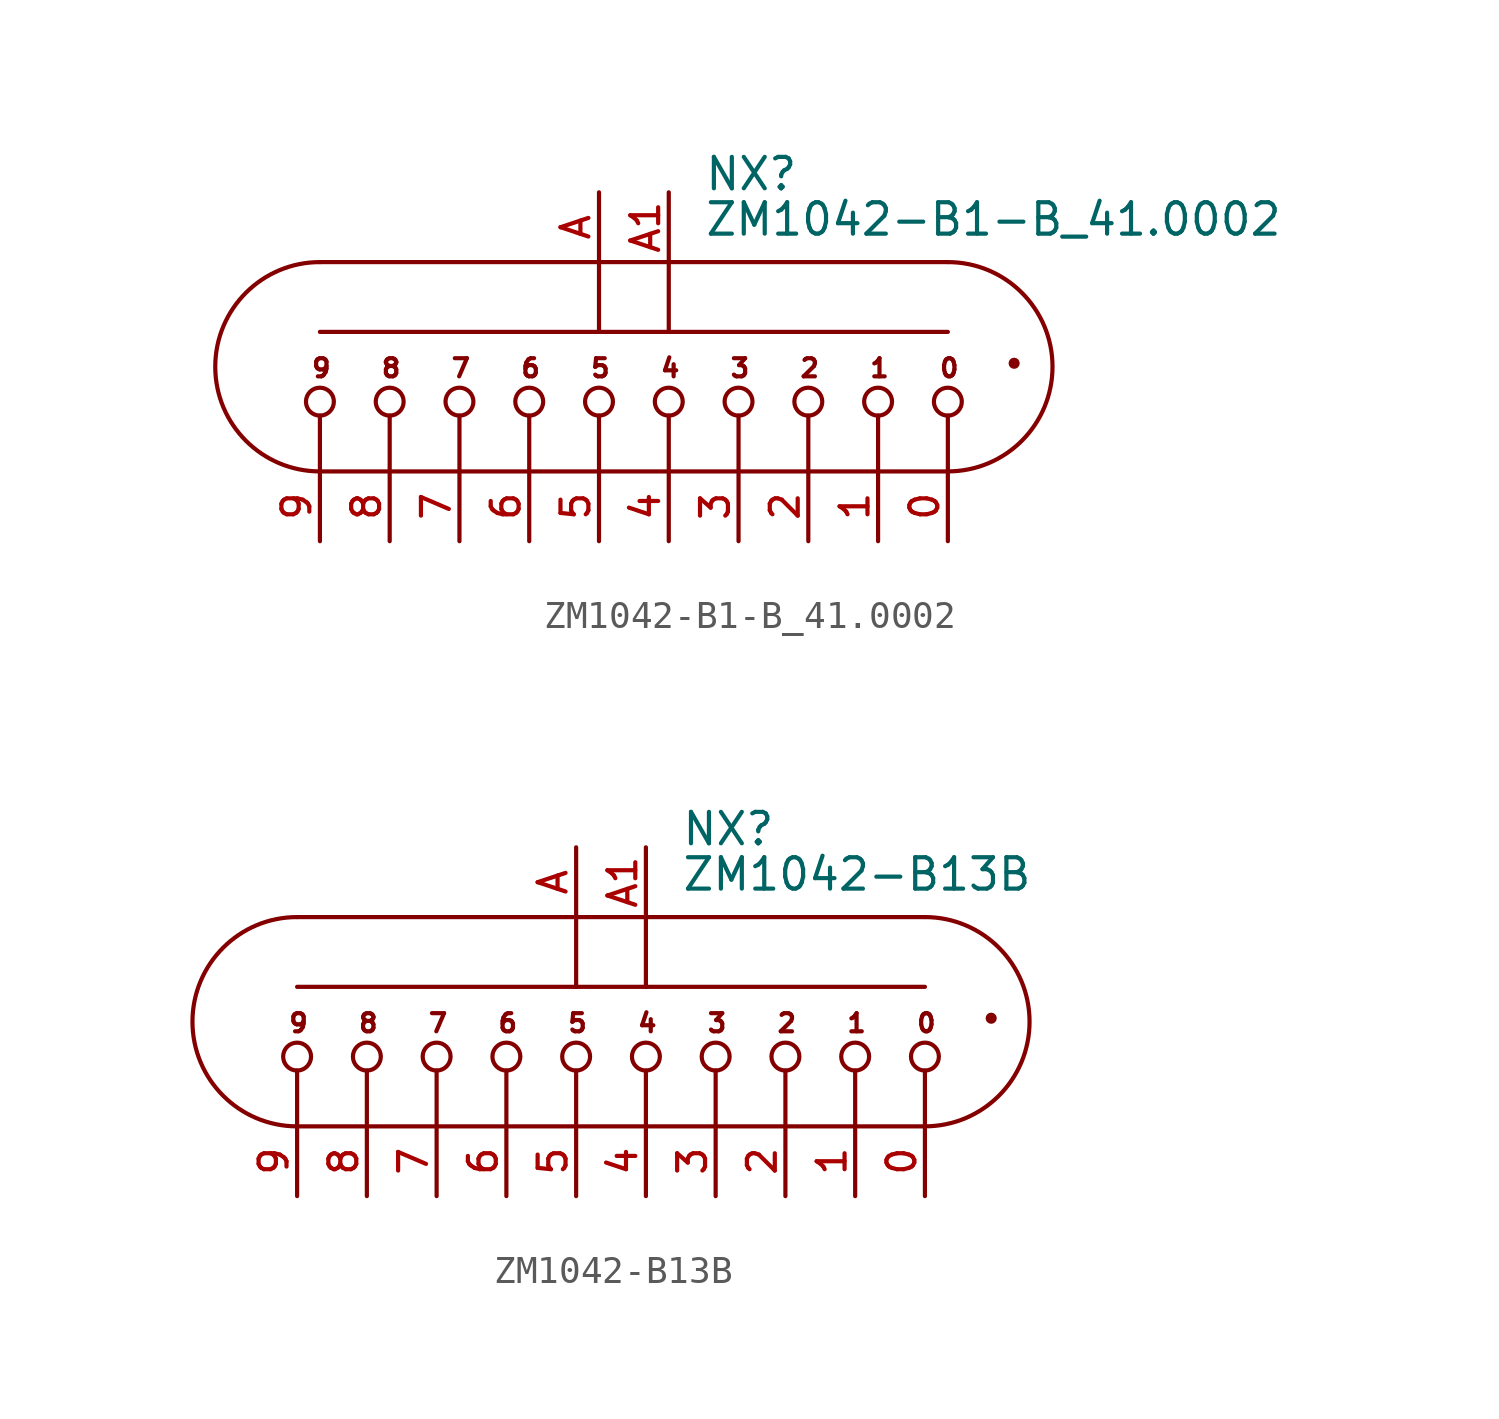
<source format=kicad_sym>
(kicad_symbol_lib
  (version 20211014)
  (generator kicad_symbol_editor)
  (symbol "ZM1042-B1-B_41.0002"
    (pin_names
      (offset 1.016) hide)
    (property "Reference" "NX"
      (at 3.81 5.08 0)
      (effects (font (size 1.143 1.143)) (justify left bottom)))
    (property "Value" "ZM1042-B1-B_41.0002"
      (at 3.81 3.429 0)
      (effects (font (size 1.143 1.143)) (justify left bottom)))
    (property "ki_locked" ""
      (at 0 0 0)
      (effects (font (size 1.27 1.27))))
    (symbol "ZM1042-B1-B_41.0002_1_0"
      (polyline (pts (xy -10.16 -5.08) (xy -10.16 -3.048)) (stroke (width 0) (type default) (color 0 0 0 0)) (fill (type none)))
      (polyline (pts (xy -10.16 -5.08) (xy -7.62 -5.08)) (stroke (width 0) (type default) (color 0 0 0 0)) (fill (type none)))
      (polyline (pts (xy -10.16 0) (xy 0 0)) (stroke (width 0) (type default) (color 0 0 0 0)) (fill (type none)))
      (polyline (pts (xy -10.16 2.54) (xy 0 2.54)) (stroke (width 0) (type default) (color 0 0 0 0)) (fill (type none)))
      (polyline (pts (xy -7.62 -5.08) (xy -7.62 -3.048)) (stroke (width 0) (type default) (color 0 0 0 0)) (fill (type none)))
      (polyline (pts (xy -7.62 -5.08) (xy -5.08 -5.08)) (stroke (width 0) (type default) (color 0 0 0 0)) (fill (type none)))
      (polyline (pts (xy -5.08 -5.08) (xy -5.08 -3.048)) (stroke (width 0) (type default) (color 0 0 0 0)) (fill (type none)))
      (polyline (pts (xy -5.08 -5.08) (xy -2.54 -5.08)) (stroke (width 0) (type default) (color 0 0 0 0)) (fill (type none)))
      (polyline (pts (xy -2.54 -5.08) (xy -2.54 -3.048)) (stroke (width 0) (type default) (color 0 0 0 0)) (fill (type none)))
      (polyline (pts (xy -2.54 -5.08) (xy 0 -5.08)) (stroke (width 0) (type default) (color 0 0 0 0)) (fill (type none)))
      (polyline (pts (xy 0 -5.08) (xy 0 -3.048)) (stroke (width 0) (type default) (color 0 0 0 0)) (fill (type none)))
      (polyline (pts (xy 0 -5.08) (xy 2.54 -5.08)) (stroke (width 0) (type default) (color 0 0 0 0)) (fill (type none)))
      (polyline (pts (xy 0 0) (xy 2.54 0)) (stroke (width 0) (type default) (color 0 0 0 0)) (fill (type none)))
      (polyline (pts (xy 0 2.54) (xy 0 0)) (stroke (width 0) (type default) (color 0 0 0 0)) (fill (type none)))
      (polyline (pts (xy 0 2.54) (xy 2.54 2.54)) (stroke (width 0) (type default) (color 0 0 0 0)) (fill (type none)))
      (polyline (pts (xy 2.54 -5.08) (xy 2.54 -3.048)) (stroke (width 0) (type default) (color 0 0 0 0)) (fill (type none)))
      (polyline (pts (xy 2.54 -5.08) (xy 5.08 -5.08)) (stroke (width 0) (type default) (color 0 0 0 0)) (fill (type none)))
      (polyline (pts (xy 2.54 0) (xy 12.7 0)) (stroke (width 0) (type default) (color 0 0 0 0)) (fill (type none)))
      (polyline (pts (xy 2.54 2.54) (xy 2.54 0)) (stroke (width 0) (type default) (color 0 0 0 0)) (fill (type none)))
      (polyline (pts (xy 2.54 2.54) (xy 12.7 2.54)) (stroke (width 0) (type default) (color 0 0 0 0)) (fill (type none)))
      (polyline (pts (xy 5.08 -5.08) (xy 5.08 -3.048)) (stroke (width 0) (type default) (color 0 0 0 0)) (fill (type none)))
      (polyline (pts (xy 5.08 -5.08) (xy 7.62 -5.08)) (stroke (width 0) (type default) (color 0 0 0 0)) (fill (type none)))
      (polyline (pts (xy 7.62 -5.08) (xy 7.62 -3.048)) (stroke (width 0) (type default) (color 0 0 0 0)) (fill (type none)))
      (polyline (pts (xy 7.62 -5.08) (xy 10.16 -5.08)) (stroke (width 0) (type default) (color 0 0 0 0)) (fill (type none)))
      (polyline (pts (xy 10.16 -5.08) (xy 10.16 -3.048)) (stroke (width 0) (type default) (color 0 0 0 0)) (fill (type none)))
      (polyline (pts (xy 10.16 -5.08) (xy 12.7 -5.08)) (stroke (width 0) (type default) (color 0 0 0 0)) (fill (type none)))
      (polyline (pts (xy 12.7 -5.08) (xy 12.7 -3.048)) (stroke (width 0) (type default) (color 0 0 0 0)) (fill (type none)))
      (text "0" (at 12.751 -1.321 0) (effects (font (size 0.66 0.66))))
      (text "1" (at 10.211 -1.321 0) (effects (font (size 0.66 0.66))))
      (text "2" (at 7.671 -1.321 0) (effects (font (size 0.66 0.66))))
      (text "3" (at 5.131 -1.321 0) (effects (font (size 0.66 0.66))))
      (text "4" (at 2.591 -1.321 0) (effects (font (size 0.66 0.66))))
      (text "5" (at 0.051 -1.321 0) (effects (font (size 0.66 0.66))))
      (text "6" (at -2.489 -1.321 0) (effects (font (size 0.66 0.66))))
      (text "7" (at -5.029 -1.321 0) (effects (font (size 0.66 0.66))))
      (text "8" (at -7.569 -1.321 0) (effects (font (size 0.66 0.66))))
      (text "9" (at -10.109 -1.321 0) (effects (font (size 0.66 0.66)))))
    (symbol "ZM1042-B1-B_41.0002_1_1"
      (circle (center -10.16 -2.54) (radius 0.508) (stroke (width 0) (type default) (color 0 0 0 0)) (fill (type none)))
      (arc (start -10.16 2.54) (mid -13.97 -1.27) (end -10.16 -5.08) (stroke (width 0) (type default) (color 0 0 0 0)) (fill (type none)))
      (circle (center -7.62 -2.54) (radius 0.508) (stroke (width 0) (type default) (color 0 0 0 0)) (fill (type none)))
      (circle (center -5.08 -2.54) (radius 0.508) (stroke (width 0) (type default) (color 0 0 0 0)) (fill (type none)))
      (circle (center -2.54 -2.54) (radius 0.508) (stroke (width 0) (type default) (color 0 0 0 0)) (fill (type none)))
      (circle (center 0 -2.54) (radius 0.508) (stroke (width 0) (type default) (color 0 0 0 0)) (fill (type none)))
      (circle (center 2.54 -2.54) (radius 0.508) (stroke (width 0) (type default) (color 0 0 0 0)) (fill (type none)))
      (circle (center 5.08 -2.54) (radius 0.508) (stroke (width 0) (type default) (color 0 0 0 0)) (fill (type none)))
      (circle (center 7.62 -2.54) (radius 0.508) (stroke (width 0) (type default) (color 0 0 0 0)) (fill (type none)))
      (circle (center 10.16 -2.54) (radius 0.508) (stroke (width 0) (type default) (color 0 0 0 0)) (fill (type none)))
      (arc (start 12.7 -5.08) (mid 16.51 -1.27) (end 12.7 2.54) (stroke (width 0) (type default) (color 0 0 0 0)) (fill (type none)))
      (circle (center 12.7 -2.54) (radius 0.508) (stroke (width 0) (type default) (color 0 0 0 0)) (fill (type none)))
      (circle (center 15.113 -1.143) (radius 0.127) (stroke (width 0) (type default) (color 0 0 0 0)) (fill (type outline)))
      (pin passive line (at 12.7 -7.62 90) (length 2.54) (name "0" (effects (font (size 1.016 1.016)))) (number "0" (effects (font (size 1.016 1.016)))))
      (pin passive line (at 10.16 -7.62 90) (length 2.54) (name "1" (effects (font (size 1.016 1.016)))) (number "1" (effects (font (size 1.016 1.016)))))
      (pin passive line (at 7.62 -7.62 90) (length 2.54) (name "2" (effects (font (size 1.016 1.016)))) (number "2" (effects (font (size 1.016 1.016)))))
      (pin passive line (at 5.08 -7.62 90) (length 2.54) (name "3" (effects (font (size 1.016 1.016)))) (number "3" (effects (font (size 1.016 1.016)))))
      (pin passive line (at 2.54 -7.62 90) (length 2.54) (name "4" (effects (font (size 1.016 1.016)))) (number "4" (effects (font (size 1.016 1.016)))))
      (pin passive line (at 0 -7.62 90) (length 2.54) (name "5" (effects (font (size 1.016 1.016)))) (number "5" (effects (font (size 1.016 1.016)))))
      (pin passive line (at -2.54 -7.62 90) (length 2.54) (name "6" (effects (font (size 1.016 1.016)))) (number "6" (effects (font (size 1.016 1.016)))))
      (pin passive line (at -5.08 -7.62 90) (length 2.54) (name "7" (effects (font (size 1.016 1.016)))) (number "7" (effects (font (size 1.016 1.016)))))
      (pin passive line (at -7.62 -7.62 90) (length 2.54) (name "8" (effects (font (size 1.016 1.016)))) (number "8" (effects (font (size 1.016 1.016)))))
      (pin passive line (at -10.16 -7.62 90) (length 2.54) (name "9" (effects (font (size 1.016 1.016)))) (number "9" (effects (font (size 1.016 1.016)))))
      (pin passive line (at 0 5.08 270) (length 2.54) (name "A1" (effects (font (size 1.016 1.016)))) (number "A" (effects (font (size 1.016 1.016)))))
      (pin passive line (at 2.54 5.08 270) (length 2.54) (name "A2" (effects (font (size 1.016 1.016)))) (number "A1" (effects (font (size 1.016 1.016)))))))
  (symbol "ZM1042-B13B"
    (pin_names
      (offset 1.016) hide)
    (property "Reference" "NX"
      (at 3.81 5.08 0)
      (effects (font (size 1.143 1.143)) (justify left bottom)))
    (property "Value" "ZM1042-B13B"
      (at 3.81 3.429 0)
      (effects (font (size 1.143 1.143)) (justify left bottom)))
    (property "ki_locked" ""
      (at 0 0 0)
      (effects (font (size 1.27 1.27))))
    (symbol "ZM1042-B13B_1_0"
      (polyline (pts (xy -10.16 -5.08) (xy -10.16 -3.048)) (stroke (width 0) (type default) (color 0 0 0 0)) (fill (type none)))
      (polyline (pts (xy -10.16 -5.08) (xy -7.62 -5.08)) (stroke (width 0) (type default) (color 0 0 0 0)) (fill (type none)))
      (polyline (pts (xy -10.16 0) (xy 0 0)) (stroke (width 0) (type default) (color 0 0 0 0)) (fill (type none)))
      (polyline (pts (xy -10.16 2.54) (xy 0 2.54)) (stroke (width 0) (type default) (color 0 0 0 0)) (fill (type none)))
      (polyline (pts (xy -7.62 -5.08) (xy -7.62 -3.048)) (stroke (width 0) (type default) (color 0 0 0 0)) (fill (type none)))
      (polyline (pts (xy -7.62 -5.08) (xy -5.08 -5.08)) (stroke (width 0) (type default) (color 0 0 0 0)) (fill (type none)))
      (polyline (pts (xy -5.08 -5.08) (xy -5.08 -3.048)) (stroke (width 0) (type default) (color 0 0 0 0)) (fill (type none)))
      (polyline (pts (xy -5.08 -5.08) (xy -2.54 -5.08)) (stroke (width 0) (type default) (color 0 0 0 0)) (fill (type none)))
      (polyline (pts (xy -2.54 -5.08) (xy -2.54 -3.048)) (stroke (width 0) (type default) (color 0 0 0 0)) (fill (type none)))
      (polyline (pts (xy -2.54 -5.08) (xy 0 -5.08)) (stroke (width 0) (type default) (color 0 0 0 0)) (fill (type none)))
      (polyline (pts (xy 0 -5.08) (xy 0 -3.048)) (stroke (width 0) (type default) (color 0 0 0 0)) (fill (type none)))
      (polyline (pts (xy 0 -5.08) (xy 2.54 -5.08)) (stroke (width 0) (type default) (color 0 0 0 0)) (fill (type none)))
      (polyline (pts (xy 0 0) (xy 2.54 0)) (stroke (width 0) (type default) (color 0 0 0 0)) (fill (type none)))
      (polyline (pts (xy 0 2.54) (xy 0 0)) (stroke (width 0) (type default) (color 0 0 0 0)) (fill (type none)))
      (polyline (pts (xy 0 2.54) (xy 2.54 2.54)) (stroke (width 0) (type default) (color 0 0 0 0)) (fill (type none)))
      (polyline (pts (xy 2.54 -5.08) (xy 2.54 -3.048)) (stroke (width 0) (type default) (color 0 0 0 0)) (fill (type none)))
      (polyline (pts (xy 2.54 -5.08) (xy 5.08 -5.08)) (stroke (width 0) (type default) (color 0 0 0 0)) (fill (type none)))
      (polyline (pts (xy 2.54 0) (xy 12.7 0)) (stroke (width 0) (type default) (color 0 0 0 0)) (fill (type none)))
      (polyline (pts (xy 2.54 2.54) (xy 2.54 0)) (stroke (width 0) (type default) (color 0 0 0 0)) (fill (type none)))
      (polyline (pts (xy 2.54 2.54) (xy 12.7 2.54)) (stroke (width 0) (type default) (color 0 0 0 0)) (fill (type none)))
      (polyline (pts (xy 5.08 -5.08) (xy 5.08 -3.048)) (stroke (width 0) (type default) (color 0 0 0 0)) (fill (type none)))
      (polyline (pts (xy 5.08 -5.08) (xy 7.62 -5.08)) (stroke (width 0) (type default) (color 0 0 0 0)) (fill (type none)))
      (polyline (pts (xy 7.62 -5.08) (xy 7.62 -3.048)) (stroke (width 0) (type default) (color 0 0 0 0)) (fill (type none)))
      (polyline (pts (xy 7.62 -5.08) (xy 10.16 -5.08)) (stroke (width 0) (type default) (color 0 0 0 0)) (fill (type none)))
      (polyline (pts (xy 10.16 -5.08) (xy 10.16 -3.048)) (stroke (width 0) (type default) (color 0 0 0 0)) (fill (type none)))
      (polyline (pts (xy 10.16 -5.08) (xy 12.7 -5.08)) (stroke (width 0) (type default) (color 0 0 0 0)) (fill (type none)))
      (polyline (pts (xy 12.7 -5.08) (xy 12.7 -3.048)) (stroke (width 0) (type default) (color 0 0 0 0)) (fill (type none)))
      (text "0" (at 12.751 -1.321 0) (effects (font (size 0.66 0.66))))
      (text "1" (at 10.211 -1.321 0) (effects (font (size 0.66 0.66))))
      (text "2" (at 7.671 -1.321 0) (effects (font (size 0.66 0.66))))
      (text "3" (at 5.131 -1.321 0) (effects (font (size 0.66 0.66))))
      (text "4" (at 2.591 -1.321 0) (effects (font (size 0.66 0.66))))
      (text "5" (at 0.051 -1.321 0) (effects (font (size 0.66 0.66))))
      (text "6" (at -2.489 -1.321 0) (effects (font (size 0.66 0.66))))
      (text "7" (at -5.029 -1.321 0) (effects (font (size 0.66 0.66))))
      (text "8" (at -7.569 -1.321 0) (effects (font (size 0.66 0.66))))
      (text "9" (at -10.109 -1.321 0) (effects (font (size 0.66 0.66)))))
    (symbol "ZM1042-B13B_1_1"
      (circle (center -10.16 -2.54) (radius 0.508) (stroke (width 0) (type default) (color 0 0 0 0)) (fill (type none)))
      (arc (start -10.16 2.54) (mid -13.97 -1.27) (end -10.16 -5.08) (stroke (width 0) (type default) (color 0 0 0 0)) (fill (type none)))
      (circle (center -7.62 -2.54) (radius 0.508) (stroke (width 0) (type default) (color 0 0 0 0)) (fill (type none)))
      (circle (center -5.08 -2.54) (radius 0.508) (stroke (width 0) (type default) (color 0 0 0 0)) (fill (type none)))
      (circle (center -2.54 -2.54) (radius 0.508) (stroke (width 0) (type default) (color 0 0 0 0)) (fill (type none)))
      (circle (center 0 -2.54) (radius 0.508) (stroke (width 0) (type default) (color 0 0 0 0)) (fill (type none)))
      (circle (center 2.54 -2.54) (radius 0.508) (stroke (width 0) (type default) (color 0 0 0 0)) (fill (type none)))
      (circle (center 5.08 -2.54) (radius 0.508) (stroke (width 0) (type default) (color 0 0 0 0)) (fill (type none)))
      (circle (center 7.62 -2.54) (radius 0.508) (stroke (width 0) (type default) (color 0 0 0 0)) (fill (type none)))
      (circle (center 10.16 -2.54) (radius 0.508) (stroke (width 0) (type default) (color 0 0 0 0)) (fill (type none)))
      (arc (start 12.7 -5.08) (mid 16.51 -1.27) (end 12.7 2.54) (stroke (width 0) (type default) (color 0 0 0 0)) (fill (type none)))
      (circle (center 12.7 -2.54) (radius 0.508) (stroke (width 0) (type default) (color 0 0 0 0)) (fill (type none)))
      (circle (center 15.113 -1.143) (radius 0.127) (stroke (width 0) (type default) (color 0 0 0 0)) (fill (type outline)))
      (pin passive line (at 12.7 -7.62 90) (length 2.54) (name "0" (effects (font (size 1.016 1.016)))) (number "0" (effects (font (size 1.016 1.016)))))
      (pin passive line (at 10.16 -7.62 90) (length 2.54) (name "1" (effects (font (size 1.016 1.016)))) (number "1" (effects (font (size 1.016 1.016)))))
      (pin passive line (at 7.62 -7.62 90) (length 2.54) (name "2" (effects (font (size 1.016 1.016)))) (number "2" (effects (font (size 1.016 1.016)))))
      (pin passive line (at 5.08 -7.62 90) (length 2.54) (name "3" (effects (font (size 1.016 1.016)))) (number "3" (effects (font (size 1.016 1.016)))))
      (pin passive line (at 2.54 -7.62 90) (length 2.54) (name "4" (effects (font (size 1.016 1.016)))) (number "4" (effects (font (size 1.016 1.016)))))
      (pin passive line (at 0 -7.62 90) (length 2.54) (name "5" (effects (font (size 1.016 1.016)))) (number "5" (effects (font (size 1.016 1.016)))))
      (pin passive line (at -2.54 -7.62 90) (length 2.54) (name "6" (effects (font (size 1.016 1.016)))) (number "6" (effects (font (size 1.016 1.016)))))
      (pin passive line (at -5.08 -7.62 90) (length 2.54) (name "7" (effects (font (size 1.016 1.016)))) (number "7" (effects (font (size 1.016 1.016)))))
      (pin passive line (at -7.62 -7.62 90) (length 2.54) (name "8" (effects (font (size 1.016 1.016)))) (number "8" (effects (font (size 1.016 1.016)))))
      (pin passive line (at -10.16 -7.62 90) (length 2.54) (name "9" (effects (font (size 1.016 1.016)))) (number "9" (effects (font (size 1.016 1.016)))))
      (pin passive line (at 0 5.08 270) (length 2.54) (name "A1" (effects (font (size 1.016 1.016)))) (number "A" (effects (font (size 1.016 1.016)))))
      (pin passive line (at 2.54 5.08 270) (length 2.54) (name "A2" (effects (font (size 1.016 1.016)))) (number "A1" (effects (font (size 1.016 1.016))))))))
</source>
